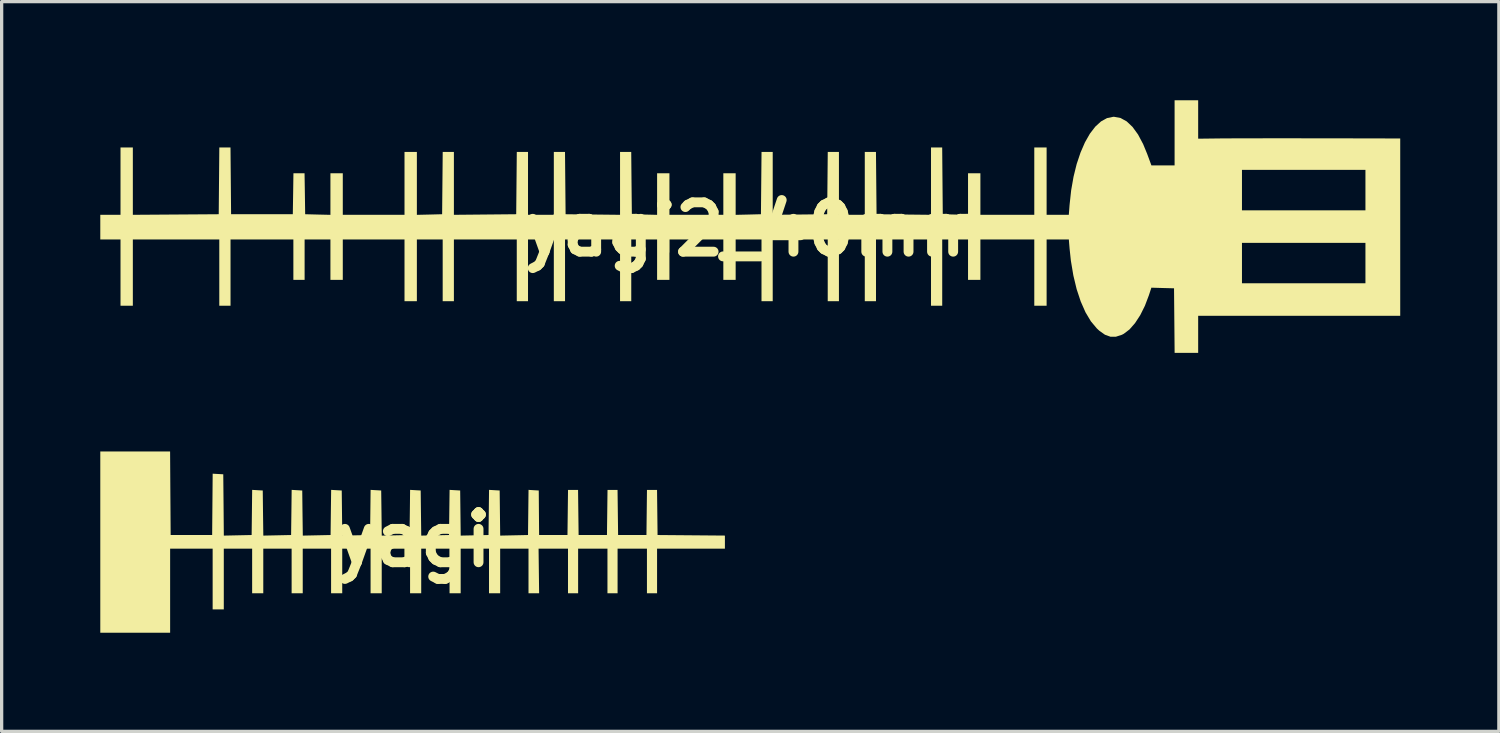
<source format=kicad_pcb>
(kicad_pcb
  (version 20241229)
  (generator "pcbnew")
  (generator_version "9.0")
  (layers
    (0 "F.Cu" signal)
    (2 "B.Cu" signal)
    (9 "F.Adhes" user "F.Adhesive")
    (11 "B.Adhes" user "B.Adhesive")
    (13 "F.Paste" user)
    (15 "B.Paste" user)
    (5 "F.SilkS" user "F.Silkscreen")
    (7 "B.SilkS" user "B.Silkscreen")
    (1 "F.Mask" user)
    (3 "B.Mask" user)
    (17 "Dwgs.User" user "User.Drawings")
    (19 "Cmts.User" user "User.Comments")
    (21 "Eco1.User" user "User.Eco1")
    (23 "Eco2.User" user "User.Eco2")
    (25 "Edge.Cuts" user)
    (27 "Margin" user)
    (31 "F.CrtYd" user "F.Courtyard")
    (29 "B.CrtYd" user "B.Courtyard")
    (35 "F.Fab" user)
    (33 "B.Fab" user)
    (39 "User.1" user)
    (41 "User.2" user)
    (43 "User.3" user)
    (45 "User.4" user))
  (footprint "yagi2_40mm"
    (layer "F.Cu")
    (at 19.938 3.926)
    (property "Reference" "yagi2_40mm" (at 0 0 0) (layer "F.SilkS") (effects (font (size 1.5 1.5) (thickness 0.3))))
    (attr board_only exclude_from_pos_files exclude_from_bom)
    (fp_poly (pts (xy 13.451 -3.342) (xy 13.451 -2.758) (xy 14.125 -2.766) (xy 14.276 -2.767) (xy 14.488 -2.768) (xy 14.752 -2.769) (xy 15.061 -2.77) (xy 15.408 -2.77) (xy 15.785 -2.771) (xy 16.184 -2.771) (xy 16.597 -2.77) (xy 17.017 -2.77) (xy 17.198 -2.77) (xy 19.596 -2.765) (xy 19.596 -0.068) (xy 19.596 2.629) (xy 16.524 2.629) (xy 13.451 2.629) (xy 13.451 3.192) (xy 13.451 3.755) (xy 13.093 3.755) (xy 12.735 3.755) (xy 12.726 2.774) (xy 12.717 1.792) (xy 12.372 1.783) (xy 12.028 1.773) (xy 11.952 2.005) (xy 11.831 2.324) (xy 11.689 2.609) (xy 11.531 2.851) (xy 11.363 3.043) (xy 11.188 3.176) (xy 11.13 3.206) (xy 10.95 3.264) (xy 10.782 3.264) (xy 10.616 3.204) (xy 10.444 3.082) (xy 10.368 3.011) (xy 10.188 2.796) (xy 10.024 2.521) (xy 9.879 2.192) (xy 9.755 1.817) (xy 9.655 1.401) (xy 9.58 0.953) (xy 9.541 0.589) (xy 9.526 0.41) (xy 14.783 0.41) (xy 14.783 1.024) (xy 14.783 1.639) (xy 16.66 1.639) (xy 18.538 1.639) (xy 18.538 1.024) (xy 18.538 0.41) (xy 16.66 0.41) (xy 14.783 0.41) (xy 9.526 0.41) (xy 9.518 0.307) (xy 9.18 0.307) (xy 8.842 0.307) (xy 8.842 1.314) (xy 8.842 2.322) (xy 8.654 2.322) (xy 8.467 2.322) (xy 8.467 1.314) (xy 8.467 0.307) (xy 7.647 0.307) (xy 6.828 0.307) (xy 6.828 0.922) (xy 6.828 1.536) (xy 6.64 1.536) (xy 6.452 1.536) (xy 6.452 0.922) (xy 6.452 0.307) (xy 6.06 0.307) (xy 5.667 0.307) (xy 5.667 1.314) (xy 5.667 2.322) (xy 5.497 2.322) (xy 5.326 2.322) (xy 5.326 1.314) (xy 5.326 0.307) (xy 4.489 0.307) (xy 3.653 0.307) (xy 3.653 1.246) (xy 3.653 2.185) (xy 3.482 2.185) (xy 3.312 2.185) (xy 3.312 1.246) (xy 3.312 0.307) (xy 2.919 0.307) (xy 2.526 0.307) (xy 2.526 1.246) (xy 2.526 2.185) (xy 2.356 2.185) (xy 2.185 2.185) (xy 2.185 1.246) (xy 2.185 0.307) (xy 1.349 0.307) (xy 0.512 0.307) (xy 0.512 1.246) (xy 0.512 2.185) (xy 0.341 2.185) (xy 0.171 2.185) (xy 0.171 1.246) (xy 0.171 0.307) (xy -0.222 0.307) (xy -0.615 0.307) (xy -0.615 0.922) (xy -0.615 1.536) (xy -0.802 1.536) (xy -0.99 1.536) (xy -0.99 0.922) (xy -0.99 0.307) (xy -1.809 0.307) (xy -2.629 0.307) (xy -2.629 0.922) (xy -2.629 1.536) (xy -2.817 1.536) (xy -3.004 1.536) (xy -3.004 0.922) (xy -3.004 0.307) (xy -3.397 0.307) (xy -3.79 0.307) (xy -3.79 1.246) (xy -3.79 2.185) (xy -3.96 2.185) (xy -4.131 2.185) (xy -4.131 1.246) (xy -4.131 0.307) (xy -4.967 0.307) (xy -5.804 0.307) (xy -5.804 1.246) (xy -5.804 2.185) (xy -5.974 2.185) (xy -6.145 2.185) (xy -6.145 1.246) (xy -6.145 0.307) (xy -6.538 0.307) (xy -6.93 0.307) (xy -6.93 1.246) (xy -6.93 2.185) (xy -7.101 2.185) (xy -7.272 2.185) (xy -7.272 1.246) (xy -7.272 0.307) (xy -8.228 0.307) (xy -9.184 0.307) (xy -9.184 1.246) (xy -9.184 2.185) (xy -9.354 2.185) (xy -9.525 2.185) (xy -9.525 1.246) (xy -9.525 0.307) (xy -9.918 0.307) (xy -10.31 0.307) (xy -10.31 1.246) (xy -10.31 2.185) (xy -10.498 2.185) (xy -10.686 2.185) (xy -10.686 1.246) (xy -10.686 0.307) (xy -11.625 0.307) (xy -12.563 0.307) (xy -12.563 0.922) (xy -12.563 1.536) (xy -12.751 1.536) (xy -12.939 1.536) (xy -12.939 0.922) (xy -12.939 0.307) (xy -13.332 0.307) (xy -13.724 0.307) (xy -13.724 0.922) (xy -13.724 1.536) (xy -13.895 1.536) (xy -14.066 1.536) (xy -14.066 0.922) (xy -14.066 0.307) (xy -15.022 0.307) (xy -15.977 0.307) (xy -15.977 1.314) (xy -15.977 2.322) (xy -16.148 2.322) (xy -16.319 2.322) (xy -16.319 1.314) (xy -16.319 0.307) (xy -17.633 0.307) (xy -18.948 0.307) (xy -18.948 1.314) (xy -18.948 2.322) (xy -19.135 2.322) (xy -19.323 2.322) (xy -19.323 1.314) (xy -19.323 0.307) (xy -19.63 0.307) (xy -19.938 0.307) (xy -19.938 -0.068) (xy -19.938 -0.444) (xy -19.63 -0.444) (xy -19.323 -0.444) (xy -19.323 -1.468) (xy -19.323 -2.492) (xy -19.135 -2.492) (xy -18.948 -2.492) (xy -18.948 -1.468) (xy -18.948 -0.443) (xy -17.642 -0.452) (xy -16.336 -0.461) (xy -16.327 -1.477) (xy -16.318 -2.492) (xy -16.148 -2.492) (xy -15.978 -2.492) (xy -15.969 -1.477) (xy -15.96 -0.461) (xy -15.022 -0.461) (xy -14.083 -0.461) (xy -14.073 -1.084) (xy -14.064 -1.707) (xy -13.895 -1.707) (xy -13.726 -1.707) (xy -13.716 -1.084) (xy -13.707 -0.461) (xy -13.323 -0.451) (xy -12.939 -0.442) (xy -12.939 -1.074) (xy -12.939 -1.707) (xy -12.751 -1.707) (xy -12.563 -1.707) (xy -12.563 -1.075) (xy -12.563 -0.444) (xy -11.625 -0.444) (xy -10.686 -0.444) (xy -10.686 -1.4) (xy -10.686 -2.356) (xy -10.498 -2.356) (xy -10.31 -2.356) (xy -10.31 -1.399) (xy -10.31 -0.442) (xy -9.926 -0.451) (xy -9.542 -0.461) (xy -9.533 -1.408) (xy -9.524 -2.356) (xy -9.354 -2.356) (xy -9.184 -2.356) (xy -9.184 -1.399) (xy -9.184 -0.443) (xy -8.236 -0.452) (xy -7.289 -0.461) (xy -7.28 -1.408) (xy -7.271 -2.356) (xy -7.101 -2.356) (xy -6.93 -2.356) (xy -6.93 -1.4) (xy -6.93 -0.444) (xy -6.538 -0.444) (xy -6.145 -0.444) (xy -6.145 -1.4) (xy -6.145 -2.356) (xy -5.975 -2.356) (xy -5.805 -2.356) (xy -5.796 -1.408) (xy -5.787 -0.461) (xy -4.959 -0.452) (xy -4.131 -0.443) (xy -4.131 -1.399) (xy -4.131 -2.356) (xy -3.961 -2.356) (xy -3.791 -2.356) (xy -3.782 -1.408) (xy -3.772 -0.461) (xy -3.388 -0.451) (xy -3.004 -0.442) (xy -3.004 -1.074) (xy -3.004 -1.707) (xy -2.817 -1.707) (xy -2.629 -1.707) (xy -2.629 -1.075) (xy -2.629 -0.444) (xy -1.809 -0.444) (xy -0.99 -0.444) (xy -0.99 -1.075) (xy -0.99 -1.707) (xy -0.802 -1.707) (xy -0.615 -1.707) (xy -0.615 -1.074) (xy -0.615 -0.442) (xy -0.23 -0.451) (xy 0.154 -0.461) (xy 0.163 -1.408) (xy 0.172 -2.356) (xy 0.342 -2.356) (xy 0.512 -2.356) (xy 0.512 -1.399) (xy 0.512 -0.443) (xy 1.34 -0.452) (xy 2.168 -0.461) (xy 2.177 -1.408) (xy 2.186 -2.356) (xy 2.356 -2.356) (xy 2.526 -2.356) (xy 2.526 -1.4) (xy 2.526 -0.444) (xy 2.919 -0.444) (xy 3.312 -0.444) (xy 3.312 -1.4) (xy 3.312 -2.356) (xy 3.482 -2.356) (xy 3.652 -2.356) (xy 3.661 -1.408) (xy 3.67 -0.461) (xy 4.498 -0.452) (xy 5.326 -0.443) (xy 5.326 -1.467) (xy 5.326 -2.492) (xy 5.496 -2.492) (xy 5.666 -2.492) (xy 5.675 -1.477) (xy 5.684 -0.461) (xy 6.068 -0.451) (xy 6.452 -0.442) (xy 6.452 -1.074) (xy 6.452 -1.707) (xy 6.64 -1.707) (xy 6.828 -1.707) (xy 6.828 -1.075) (xy 6.828 -0.444) (xy 7.647 -0.444) (xy 8.467 -0.444) (xy 8.467 -1.468) (xy 8.467 -2.492) (xy 8.654 -2.492) (xy 8.842 -2.492) (xy 8.842 -1.468) (xy 8.842 -0.444) (xy 9.18 -0.444) (xy 9.517 -0.444) (xy 9.54 -0.743) (xy 9.588 -1.186) (xy 9.661 -1.602) (xy 9.712 -1.809) (xy 14.783 -1.809) (xy 14.783 -1.195) (xy 14.783 -0.58) (xy 16.66 -0.58) (xy 18.538 -0.58) (xy 18.538 -1.195) (xy 18.538 -1.809) (xy 16.66 -1.809) (xy 14.783 -1.809) (xy 9.712 -1.809) (xy 9.756 -1.987) (xy 9.873 -2.336) (xy 10.007 -2.645) (xy 10.157 -2.909) (xy 10.321 -3.123) (xy 10.496 -3.283) (xy 10.68 -3.385) (xy 10.87 -3.424) (xy 10.893 -3.424) (xy 11.089 -3.388) (xy 11.276 -3.285) (xy 11.454 -3.117) (xy 11.622 -2.886) (xy 11.778 -2.592) (xy 11.9 -2.296) (xy 12.029 -1.946) (xy 12.382 -1.946) (xy 12.734 -1.946) (xy 12.734 -2.936) (xy 12.734 -3.926) (xy 13.093 -3.926) (xy 13.451 -3.926)) (stroke (width 0) (type solid)) (fill yes) (layer "F.SilkS")))
  (footprint "yagi"
    (layer "F.Cu")
    (at 9.544 13.36)
    (property "Reference" "yagi" (at 0 0 0) (layer "F.SilkS") (effects (font (size 1.524 1.524) (thickness 0.3))))
    (attr board_only exclude_from_pos_files exclude_from_bom)
    (fp_poly (pts (xy -7.413 -1.409) (xy -7.404 -0.139) (xy -6.142 -0.139) (xy -6.134 -1.071) (xy -6.126 -2.004) (xy -5.965 -1.995) (xy -5.804 -1.986) (xy -5.795 -1.054) (xy -5.787 -0.121) (xy -4.941 -0.139) (xy -4.933 -0.825) (xy -4.925 -1.512) (xy -4.764 -1.502) (xy -4.603 -1.493) (xy -4.595 -0.807) (xy -4.586 -0.121) (xy -3.741 -0.139) (xy -3.732 -0.825) (xy -3.724 -1.512) (xy -3.563 -1.502) (xy -3.402 -1.493) (xy -3.394 -0.807) (xy -3.385 -0.121) (xy -2.54 -0.139) (xy -2.532 -0.825) (xy -2.523 -1.512) (xy -2.362 -1.502) (xy -2.201 -1.493) (xy -2.185 -0.121) (xy -1.339 -0.139) (xy -1.331 -0.825) (xy -1.323 -1.512) (xy -1.162 -1.502) (xy -1.001 -1.493) (xy -0.992 -0.807) (xy -0.984 -0.121) (xy -0.139 -0.139) (xy -0.13 -0.825) (xy -0.122 -1.512) (xy 0.039 -1.502) (xy 0.2 -1.493) (xy 0.208 -0.807) (xy 0.217 -0.121) (xy 1.062 -0.139) (xy 1.07 -0.825) (xy 1.079 -1.512) (xy 1.24 -1.502) (xy 1.401 -1.493) (xy 1.417 -0.121) (xy 2.263 -0.139) (xy 2.271 -0.825) (xy 2.279 -1.512) (xy 2.441 -1.502) (xy 2.602 -1.493) (xy 2.618 -0.121) (xy 3.464 -0.139) (xy 3.472 -0.825) (xy 3.48 -1.512) (xy 3.635 -1.502) (xy 3.791 -1.493) (xy 3.796 -0.816) (xy 3.802 -0.139) (xy 4.664 -0.139) (xy 4.681 -1.509) (xy 4.986 -1.509) (xy 5.003 -0.139) (xy 5.865 -0.139) (xy 5.882 -1.509) (xy 6.187 -1.509) (xy 6.204 -0.139) (xy 7.066 -0.139) (xy 7.082 -1.509) (xy 7.388 -1.509) (xy 7.404 -0.139) (xy 9.452 -0.122) (xy 9.452 0.277) (xy 7.389 0.277) (xy 7.389 1.632) (xy 7.081 1.632) (xy 7.081 0.277) (xy 6.188 0.277) (xy 6.188 1.632) (xy 5.88 1.632) (xy 5.88 0.277) (xy 4.988 0.277) (xy 4.988 1.632) (xy 4.68 1.632) (xy 4.68 0.277) (xy 3.785 0.277) (xy 3.802 1.632) (xy 3.641 1.632) (xy 3.479 1.632) (xy 3.479 0.277) (xy 2.617 0.277) (xy 2.617 1.632) (xy 2.278 1.632) (xy 2.278 0.277) (xy 1.416 0.277) (xy 1.416 1.632) (xy 1.078 1.632) (xy 1.078 0.277) (xy 0.216 0.277) (xy 0.216 1.632) (xy -0.123 1.632) (xy -0.123 0.277) (xy -0.985 0.277) (xy -0.985 1.632) (xy -1.324 1.632) (xy -1.324 0.277) (xy -2.186 0.277) (xy -2.186 1.632) (xy -2.525 1.632) (xy -2.525 0.277) (xy -3.387 0.277) (xy -3.387 1.632) (xy -3.725 1.632) (xy -3.725 0.277) (xy -4.587 0.277) (xy -4.587 1.632) (xy -4.926 1.632) (xy -4.926 0.277) (xy -5.788 0.277) (xy -5.788 2.124) (xy -6.127 2.124) (xy -6.127 0.277) (xy -7.42 0.277) (xy -7.42 2.832) (xy -9.544 2.832) (xy -9.544 -2.679) (xy -7.421 -2.679)) (stroke (width 0) (type solid)) (fill yes) (layer "F.SilkS")))
  (gr_rect
    (start -3 -3)
    (end 42.534 19.192)
    (stroke (width 0.1) (type default))
    (fill no)
    (layer "Edge.Cuts")))
</source>
